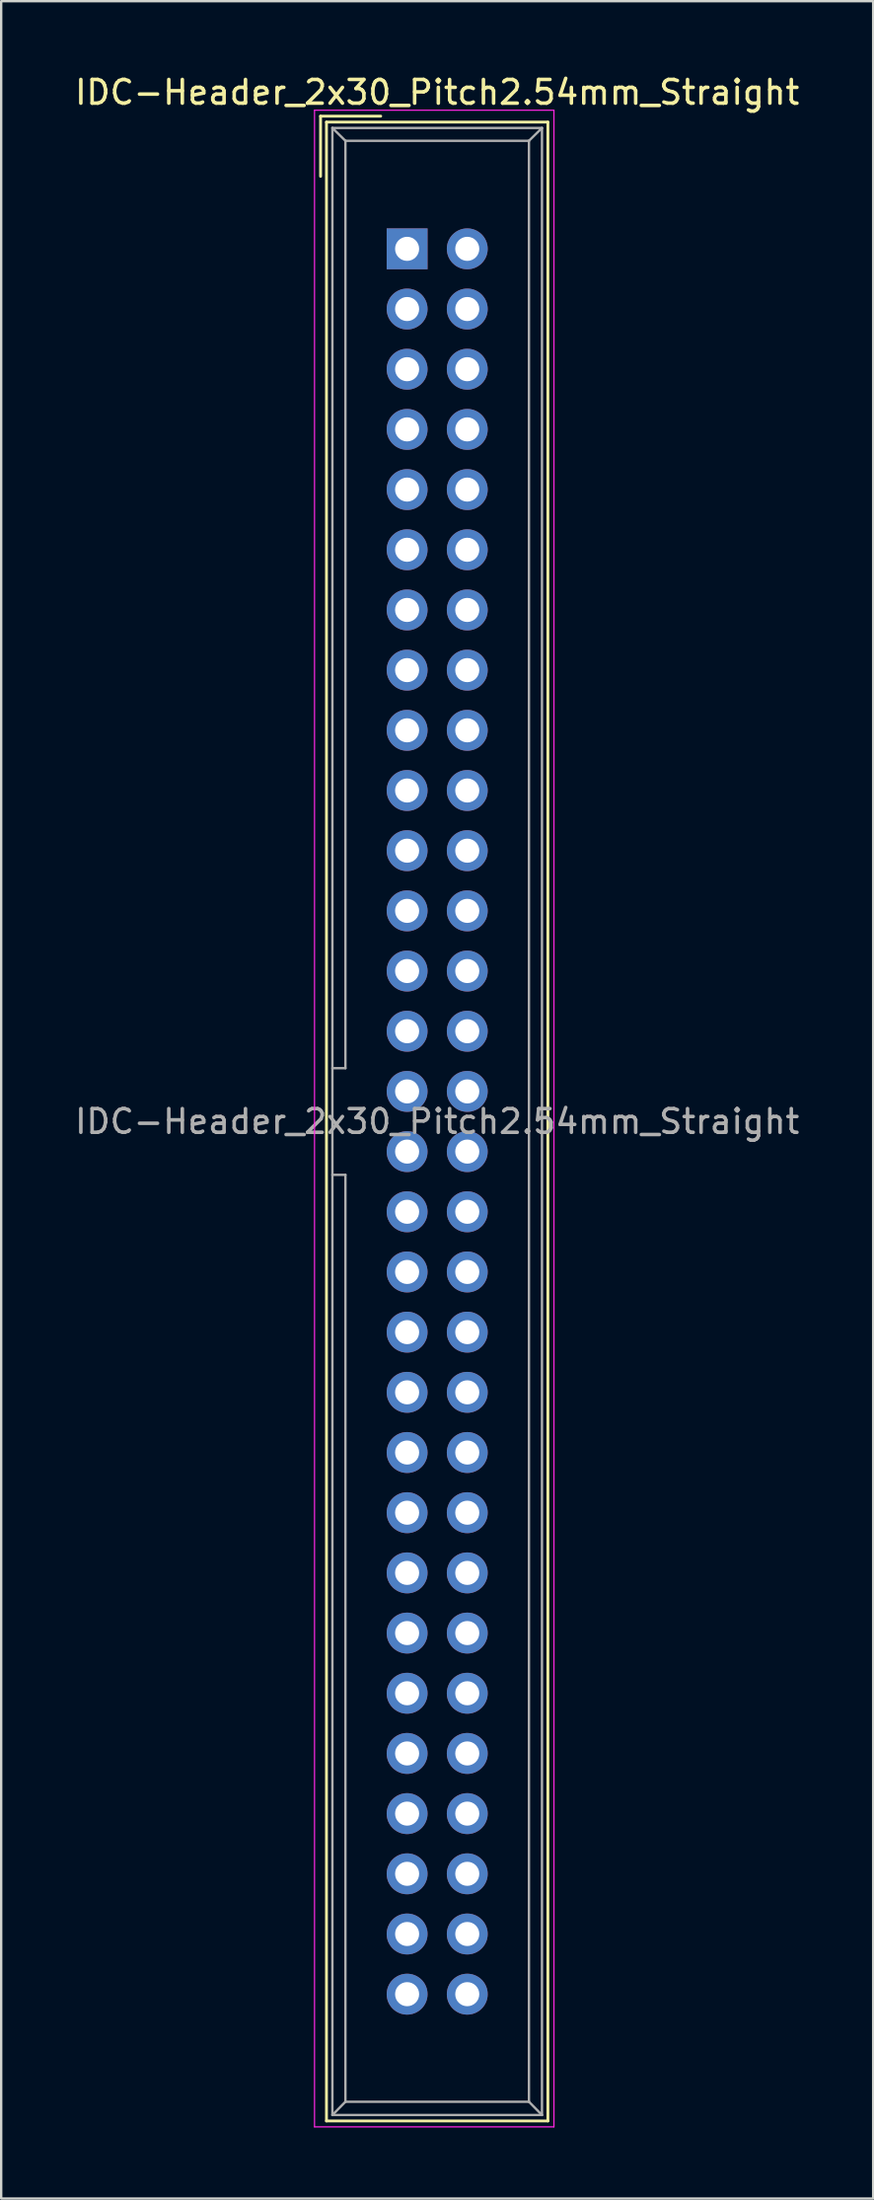
<source format=kicad_pcb>
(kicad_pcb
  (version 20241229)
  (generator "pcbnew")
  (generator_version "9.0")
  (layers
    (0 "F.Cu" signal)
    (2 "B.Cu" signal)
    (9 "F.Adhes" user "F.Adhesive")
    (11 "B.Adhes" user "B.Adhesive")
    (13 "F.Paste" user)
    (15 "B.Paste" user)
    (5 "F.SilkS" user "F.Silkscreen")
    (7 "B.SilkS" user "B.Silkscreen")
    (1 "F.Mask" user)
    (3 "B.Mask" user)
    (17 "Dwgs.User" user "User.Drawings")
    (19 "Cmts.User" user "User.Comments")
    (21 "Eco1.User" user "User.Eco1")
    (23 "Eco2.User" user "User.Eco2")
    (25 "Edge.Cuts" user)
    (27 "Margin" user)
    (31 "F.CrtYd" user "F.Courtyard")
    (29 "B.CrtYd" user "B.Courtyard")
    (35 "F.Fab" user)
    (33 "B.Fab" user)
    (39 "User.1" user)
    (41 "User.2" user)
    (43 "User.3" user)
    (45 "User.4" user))
  (footprint "IDC-Header_2x30_Pitch2.54mm_Straight"
    (layer "F.Cu")
    (at 14.141 7.452)
    (property "Reference" "IDC-Header_2x30_Pitch2.54mm_Straight" (at 1.27 -6.604 0) (layer "F.SilkS") (effects (font (size 1 1) (thickness 0.15))))
    (attr through_hole)
    (fp_line (start -3.655 -5.6) (end -3.655 -3.06) (stroke (width 0.12) (type solid)) (layer "F.SilkS"))
    (fp_line (start -3.655 -5.6) (end -1.115 -5.6) (stroke (width 0.12) (type solid)) (layer "F.SilkS"))
    (fp_line (start -3.405 -5.35) (end 5.945 -5.35) (stroke (width 0.12) (type solid)) (layer "F.SilkS"))
    (fp_line (start -3.405 79.01) (end -3.405 -5.35) (stroke (width 0.12) (type solid)) (layer "F.SilkS"))
    (fp_line (start 5.945 -5.35) (end 5.945 79.01) (stroke (width 0.12) (type solid)) (layer "F.SilkS"))
    (fp_line (start 5.945 79.01) (end -3.405 79.01) (stroke (width 0.12) (type solid)) (layer "F.SilkS"))
    (fp_line (start -3.91 -5.85) (end 6.2 -5.85) (stroke (width 0.05) (type solid)) (layer "F.CrtYd"))
    (fp_line (start -3.91 79.26) (end -3.91 -5.85) (stroke (width 0.05) (type solid)) (layer "F.CrtYd"))
    (fp_line (start 6.2 -5.85) (end 6.2 79.26) (stroke (width 0.05) (type solid)) (layer "F.CrtYd"))
    (fp_line (start 6.2 79.26) (end -3.91 79.26) (stroke (width 0.05) (type solid)) (layer "F.CrtYd"))
    (fp_line (start -3.155 -5.1) (end -3.155 78.76) (stroke (width 0.1) (type solid)) (layer "F.Fab"))
    (fp_line (start -3.155 -5.1) (end -2.605 -4.56) (stroke (width 0.1) (type solid)) (layer "F.Fab"))
    (fp_line (start -3.155 78.76) (end -2.605 78.2) (stroke (width 0.1) (type solid)) (layer "F.Fab"))
    (fp_line (start -2.605 -4.56) (end -2.605 34.58) (stroke (width 0.1) (type solid)) (layer "F.Fab"))
    (fp_line (start -2.605 34.58) (end -3.155 34.58) (stroke (width 0.1) (type solid)) (layer "F.Fab"))
    (fp_line (start -2.605 39.08) (end -3.155 39.08) (stroke (width 0.1) (type solid)) (layer "F.Fab"))
    (fp_line (start -2.605 39.08) (end -2.605 78.2) (stroke (width 0.1) (type solid)) (layer "F.Fab"))
    (fp_line (start 5.145 -4.56) (end -2.605 -4.56) (stroke (width 0.1) (type solid)) (layer "F.Fab"))
    (fp_line (start 5.145 -4.56) (end 5.145 78.2) (stroke (width 0.1) (type solid)) (layer "F.Fab"))
    (fp_line (start 5.145 78.2) (end -2.605 78.2) (stroke (width 0.1) (type solid)) (layer "F.Fab"))
    (fp_line (start 5.695 -5.1) (end -3.155 -5.1) (stroke (width 0.1) (type solid)) (layer "F.Fab"))
    (fp_line (start 5.695 -5.1) (end 5.145 -4.56) (stroke (width 0.1) (type solid)) (layer "F.Fab"))
    (fp_line (start 5.695 -5.1) (end 5.695 78.76) (stroke (width 0.1) (type solid)) (layer "F.Fab"))
    (fp_line (start 5.695 78.76) (end -3.155 78.76) (stroke (width 0.1) (type solid)) (layer "F.Fab"))
    (fp_line (start 5.695 78.76) (end 5.145 78.2) (stroke (width 0.1) (type solid)) (layer "F.Fab"))
    (fp_text user "${REFERENCE}" (at 1.27 36.83 0) (layer "F.Fab") (effects (font (size 1 1) (thickness 0.15))))
    (pad "1" thru_hole rect (at 0 0) (size 1.727 1.727) (drill 1.016) (layers "*.Cu" "*.Mask"))
    (pad "2" thru_hole oval (at 2.54 0) (size 1.727 1.727) (drill 1.016) (layers "*.Cu" "*.Mask"))
    (pad "3" thru_hole oval (at 0 2.54) (size 1.727 1.727) (drill 1.016) (layers "*.Cu" "*.Mask"))
    (pad "4" thru_hole oval (at 2.54 2.54) (size 1.727 1.727) (drill 1.016) (layers "*.Cu" "*.Mask"))
    (pad "5" thru_hole oval (at 0 5.08) (size 1.727 1.727) (drill 1.016) (layers "*.Cu" "*.Mask"))
    (pad "6" thru_hole oval (at 2.54 5.08) (size 1.727 1.727) (drill 1.016) (layers "*.Cu" "*.Mask"))
    (pad "7" thru_hole oval (at 0 7.62) (size 1.727 1.727) (drill 1.016) (layers "*.Cu" "*.Mask"))
    (pad "8" thru_hole oval (at 2.54 7.62) (size 1.727 1.727) (drill 1.016) (layers "*.Cu" "*.Mask"))
    (pad "9" thru_hole oval (at 0 10.16) (size 1.727 1.727) (drill 1.016) (layers "*.Cu" "*.Mask"))
    (pad "10" thru_hole oval (at 2.54 10.16) (size 1.727 1.727) (drill 1.016) (layers "*.Cu" "*.Mask"))
    (pad "11" thru_hole oval (at 0 12.7) (size 1.727 1.727) (drill 1.016) (layers "*.Cu" "*.Mask"))
    (pad "12" thru_hole oval (at 2.54 12.7) (size 1.727 1.727) (drill 1.016) (layers "*.Cu" "*.Mask"))
    (pad "13" thru_hole oval (at 0 15.24) (size 1.727 1.727) (drill 1.016) (layers "*.Cu" "*.Mask"))
    (pad "14" thru_hole oval (at 2.54 15.24) (size 1.727 1.727) (drill 1.016) (layers "*.Cu" "*.Mask"))
    (pad "15" thru_hole oval (at 0 17.78) (size 1.727 1.727) (drill 1.016) (layers "*.Cu" "*.Mask"))
    (pad "16" thru_hole oval (at 2.54 17.78) (size 1.727 1.727) (drill 1.016) (layers "*.Cu" "*.Mask"))
    (pad "17" thru_hole oval (at 0 20.32) (size 1.727 1.727) (drill 1.016) (layers "*.Cu" "*.Mask"))
    (pad "18" thru_hole oval (at 2.54 20.32) (size 1.727 1.727) (drill 1.016) (layers "*.Cu" "*.Mask"))
    (pad "19" thru_hole oval (at 0 22.86) (size 1.727 1.727) (drill 1.016) (layers "*.Cu" "*.Mask"))
    (pad "20" thru_hole oval (at 2.54 22.86) (size 1.727 1.727) (drill 1.016) (layers "*.Cu" "*.Mask"))
    (pad "21" thru_hole oval (at 0 25.4) (size 1.727 1.727) (drill 1.016) (layers "*.Cu" "*.Mask"))
    (pad "22" thru_hole oval (at 2.54 25.4) (size 1.727 1.727) (drill 1.016) (layers "*.Cu" "*.Mask"))
    (pad "23" thru_hole oval (at 0 27.94) (size 1.727 1.727) (drill 1.016) (layers "*.Cu" "*.Mask"))
    (pad "24" thru_hole oval (at 2.54 27.94) (size 1.727 1.727) (drill 1.016) (layers "*.Cu" "*.Mask"))
    (pad "25" thru_hole oval (at 0 30.48) (size 1.727 1.727) (drill 1.016) (layers "*.Cu" "*.Mask"))
    (pad "26" thru_hole oval (at 2.54 30.48) (size 1.727 1.727) (drill 1.016) (layers "*.Cu" "*.Mask"))
    (pad "27" thru_hole oval (at 0 33.02) (size 1.727 1.727) (drill 1.016) (layers "*.Cu" "*.Mask"))
    (pad "28" thru_hole oval (at 2.54 33.02) (size 1.727 1.727) (drill 1.016) (layers "*.Cu" "*.Mask"))
    (pad "29" thru_hole oval (at 0 35.56) (size 1.727 1.727) (drill 1.016) (layers "*.Cu" "*.Mask"))
    (pad "30" thru_hole oval (at 2.54 35.56) (size 1.727 1.727) (drill 1.016) (layers "*.Cu" "*.Mask"))
    (pad "31" thru_hole oval (at 0 38.1) (size 1.727 1.727) (drill 1.016) (layers "*.Cu" "*.Mask"))
    (pad "32" thru_hole oval (at 2.54 38.1) (size 1.727 1.727) (drill 1.016) (layers "*.Cu" "*.Mask"))
    (pad "33" thru_hole oval (at 0 40.64) (size 1.727 1.727) (drill 1.016) (layers "*.Cu" "*.Mask"))
    (pad "34" thru_hole oval (at 2.54 40.64) (size 1.727 1.727) (drill 1.016) (layers "*.Cu" "*.Mask"))
    (pad "35" thru_hole oval (at 0 43.18) (size 1.727 1.727) (drill 1.016) (layers "*.Cu" "*.Mask"))
    (pad "36" thru_hole oval (at 2.54 43.18) (size 1.727 1.727) (drill 1.016) (layers "*.Cu" "*.Mask"))
    (pad "37" thru_hole oval (at 0 45.72) (size 1.727 1.727) (drill 1.016) (layers "*.Cu" "*.Mask"))
    (pad "38" thru_hole oval (at 2.54 45.72) (size 1.727 1.727) (drill 1.016) (layers "*.Cu" "*.Mask"))
    (pad "39" thru_hole oval (at 0 48.26) (size 1.727 1.727) (drill 1.016) (layers "*.Cu" "*.Mask"))
    (pad "40" thru_hole oval (at 2.54 48.26) (size 1.727 1.727) (drill 1.016) (layers "*.Cu" "*.Mask"))
    (pad "41" thru_hole oval (at 0 50.8) (size 1.727 1.727) (drill 1.016) (layers "*.Cu" "*.Mask"))
    (pad "42" thru_hole oval (at 2.54 50.8) (size 1.727 1.727) (drill 1.016) (layers "*.Cu" "*.Mask"))
    (pad "43" thru_hole oval (at 0 53.34) (size 1.727 1.727) (drill 1.016) (layers "*.Cu" "*.Mask"))
    (pad "44" thru_hole oval (at 2.54 53.34) (size 1.727 1.727) (drill 1.016) (layers "*.Cu" "*.Mask"))
    (pad "45" thru_hole oval (at 0 55.88) (size 1.727 1.727) (drill 1.016) (layers "*.Cu" "*.Mask"))
    (pad "46" thru_hole oval (at 2.54 55.88) (size 1.727 1.727) (drill 1.016) (layers "*.Cu" "*.Mask"))
    (pad "47" thru_hole oval (at 0 58.42) (size 1.727 1.727) (drill 1.016) (layers "*.Cu" "*.Mask"))
    (pad "48" thru_hole oval (at 2.54 58.42) (size 1.727 1.727) (drill 1.016) (layers "*.Cu" "*.Mask"))
    (pad "49" thru_hole oval (at 0 60.96) (size 1.727 1.727) (drill 1.016) (layers "*.Cu" "*.Mask"))
    (pad "50" thru_hole oval (at 2.54 60.96) (size 1.727 1.727) (drill 1.016) (layers "*.Cu" "*.Mask"))
    (pad "51" thru_hole oval (at 0 63.5) (size 1.727 1.727) (drill 1.016) (layers "*.Cu" "*.Mask"))
    (pad "52" thru_hole oval (at 2.54 63.5) (size 1.727 1.727) (drill 1.016) (layers "*.Cu" "*.Mask"))
    (pad "53" thru_hole oval (at 0 66.04) (size 1.727 1.727) (drill 1.016) (layers "*.Cu" "*.Mask"))
    (pad "54" thru_hole oval (at 2.54 66.04) (size 1.727 1.727) (drill 1.016) (layers "*.Cu" "*.Mask"))
    (pad "55" thru_hole oval (at 0 68.58) (size 1.727 1.727) (drill 1.016) (layers "*.Cu" "*.Mask"))
    (pad "56" thru_hole oval (at 2.54 68.58) (size 1.727 1.727) (drill 1.016) (layers "*.Cu" "*.Mask"))
    (pad "57" thru_hole oval (at 0 71.12) (size 1.727 1.727) (drill 1.016) (layers "*.Cu" "*.Mask"))
    (pad "58" thru_hole oval (at 2.54 71.12) (size 1.727 1.727) (drill 1.016) (layers "*.Cu" "*.Mask"))
    (pad "59" thru_hole oval (at 0 73.66) (size 1.727 1.727) (drill 1.016) (layers "*.Cu" "*.Mask"))
    (pad "60" thru_hole oval (at 2.54 73.66) (size 1.727 1.727) (drill 1.016) (layers "*.Cu" "*.Mask")))
  (gr_rect
    (start -3 -3)
    (end 33.821 89.737)
    (stroke (width 0.1) (type default))
    (fill no)
    (layer "Edge.Cuts")))
</source>
